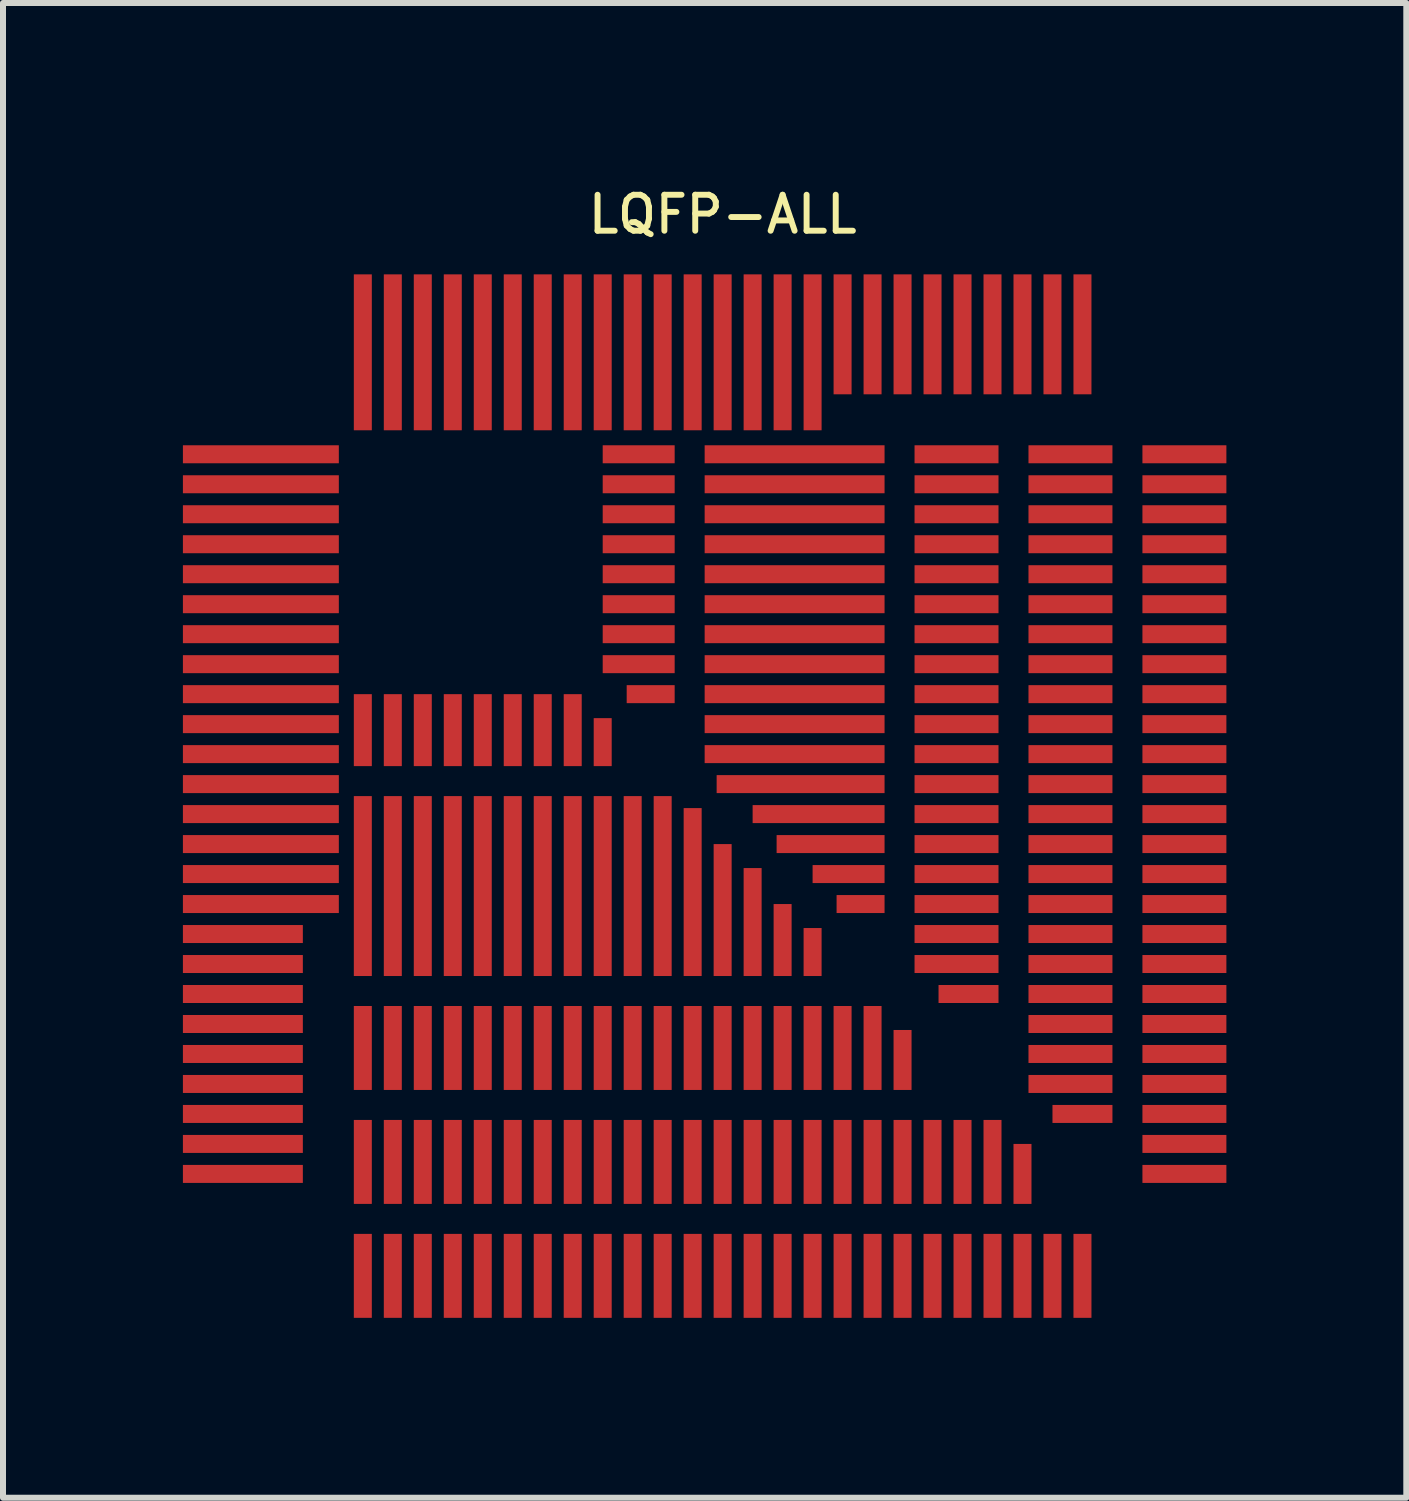
<source format=kicad_pcb>
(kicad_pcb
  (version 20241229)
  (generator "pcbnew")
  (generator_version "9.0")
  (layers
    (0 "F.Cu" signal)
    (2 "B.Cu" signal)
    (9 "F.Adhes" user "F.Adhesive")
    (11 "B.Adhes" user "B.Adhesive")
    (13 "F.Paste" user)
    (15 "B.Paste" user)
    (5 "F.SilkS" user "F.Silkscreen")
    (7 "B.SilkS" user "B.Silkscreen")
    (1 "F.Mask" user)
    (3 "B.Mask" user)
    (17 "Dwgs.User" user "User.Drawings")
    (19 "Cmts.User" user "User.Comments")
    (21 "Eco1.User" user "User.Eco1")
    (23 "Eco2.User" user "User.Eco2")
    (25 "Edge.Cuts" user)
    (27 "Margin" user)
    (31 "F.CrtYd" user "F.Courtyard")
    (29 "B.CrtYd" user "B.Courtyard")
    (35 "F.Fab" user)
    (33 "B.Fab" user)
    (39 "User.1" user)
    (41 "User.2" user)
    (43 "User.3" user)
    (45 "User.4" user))
  (footprint "LQFP-ALL"
    (layer "F.Cu")
    (at 9 10.525)
    (property "Reference" "LQFP-ALL" (at 0 -10 0) (layer "F.SilkS") (effects (font (size 0.6 0.6) (thickness 0.099))))
    (attr smd)
    (pad "1" smd rect (at -7.7 -6 90) (size 0.3 2.6) (layers "F.Cu" "F.Mask" "F.Paste"))
    (pad "2" smd rect (at -7.7 -5.5 90) (size 0.3 2.6) (layers "F.Cu" "F.Mask" "F.Paste"))
    (pad "3" smd rect (at -7.7 -5 90) (size 0.3 2.6) (layers "F.Cu" "F.Mask" "F.Paste"))
    (pad "4" smd rect (at -7.7 -4.5 90) (size 0.3 2.6) (layers "F.Cu" "F.Mask" "F.Paste"))
    (pad "5" smd rect (at -7.7 -4 90) (size 0.3 2.6) (layers "F.Cu" "F.Mask" "F.Paste"))
    (pad "6" smd rect (at -7.7 -3.5 90) (size 0.3 2.6) (layers "F.Cu" "F.Mask" "F.Paste"))
    (pad "7" smd rect (at -7.7 -3 90) (size 0.3 2.6) (layers "F.Cu" "F.Mask" "F.Paste"))
    (pad "8" smd rect (at -7.7 -2.5 90) (size 0.3 2.6) (layers "F.Cu" "F.Mask" "F.Paste"))
    (pad "9" smd rect (at -7.7 -2 90) (size 0.3 2.6) (layers "F.Cu" "F.Mask" "F.Paste"))
    (pad "10" smd rect (at -7.7 -1.5 90) (size 0.3 2.6) (layers "F.Cu" "F.Mask" "F.Paste"))
    (pad "11" smd rect (at -7.7 -1 90) (size 0.3 2.6) (layers "F.Cu" "F.Mask" "F.Paste"))
    (pad "12" smd rect (at -7.7 -0.5 90) (size 0.3 2.6) (layers "F.Cu" "F.Mask" "F.Paste"))
    (pad "13" smd rect (at -7.7 0 90) (size 0.3 2.6) (layers "F.Cu" "F.Mask" "F.Paste"))
    (pad "14" smd rect (at -7.7 0.5 90) (size 0.3 2.6) (layers "F.Cu" "F.Mask" "F.Paste"))
    (pad "15" smd rect (at -7.7 1 90) (size 0.3 2.6) (layers "F.Cu" "F.Mask" "F.Paste"))
    (pad "16" smd rect (at -7.7 1.5 90) (size 0.3 2.6) (layers "F.Cu" "F.Mask" "F.Paste"))
    (pad "17" smd rect (at -8 2 90) (size 0.3 2) (layers "F.Cu" "F.Mask" "F.Paste"))
    (pad "18" smd rect (at -8 2.5 90) (size 0.3 2) (layers "F.Cu" "F.Mask" "F.Paste"))
    (pad "19" smd rect (at -8 3 90) (size 0.3 2) (layers "F.Cu" "F.Mask" "F.Paste"))
    (pad "20" smd rect (at -8 3.5 90) (size 0.3 2) (layers "F.Cu" "F.Mask" "F.Paste"))
    (pad "21" smd rect (at -8 4 90) (size 0.3 2) (layers "F.Cu" "F.Mask" "F.Paste"))
    (pad "22" smd rect (at -8 4.5 90) (size 0.3 2) (layers "F.Cu" "F.Mask" "F.Paste"))
    (pad "23" smd rect (at -8 5 90) (size 0.3 2) (layers "F.Cu" "F.Mask" "F.Paste"))
    (pad "24" smd rect (at -8 5.5 90) (size 0.3 2) (layers "F.Cu" "F.Mask" "F.Paste"))
    (pad "25" smd rect (at -8 6 90) (size 0.3 2) (layers "F.Cu" "F.Mask" "F.Paste"))
    (pad "26" smd rect (at -6 -1.4) (size 0.3 1.2) (layers "F.Cu" "F.Mask" "F.Paste"))
    (pad "26" smd rect (at -6 1.2) (size 0.3 3) (layers "F.Cu" "F.Mask" "F.Paste"))
    (pad "26" smd rect (at -6 3.9) (size 0.3 1.4) (layers "F.Cu" "F.Mask" "F.Paste"))
    (pad "26" smd rect (at -6 5.8) (size 0.3 1.4) (layers "F.Cu" "F.Mask" "F.Paste"))
    (pad "26" smd rect (at -6 7.7) (size 0.3 1.4) (layers "F.Cu" "F.Mask" "F.Paste"))
    (pad "27" smd rect (at -5.5 -1.4) (size 0.3 1.2) (layers "F.Cu" "F.Mask" "F.Paste"))
    (pad "27" smd rect (at -5.5 1.2) (size 0.3 3) (layers "F.Cu" "F.Mask" "F.Paste"))
    (pad "27" smd rect (at -5.5 3.9) (size 0.3 1.4) (layers "F.Cu" "F.Mask" "F.Paste"))
    (pad "27" smd rect (at -5.5 5.8) (size 0.3 1.4) (layers "F.Cu" "F.Mask" "F.Paste"))
    (pad "27" smd rect (at -5.5 7.7) (size 0.3 1.4) (layers "F.Cu" "F.Mask" "F.Paste"))
    (pad "28" smd rect (at -5 -1.4) (size 0.3 1.2) (layers "F.Cu" "F.Mask" "F.Paste"))
    (pad "28" smd rect (at -5 1.2) (size 0.3 3) (layers "F.Cu" "F.Mask" "F.Paste"))
    (pad "28" smd rect (at -5 3.9) (size 0.3 1.4) (layers "F.Cu" "F.Mask" "F.Paste"))
    (pad "28" smd rect (at -5 5.8) (size 0.3 1.4) (layers "F.Cu" "F.Mask" "F.Paste"))
    (pad "28" smd rect (at -5 7.7) (size 0.3 1.4) (layers "F.Cu" "F.Mask" "F.Paste"))
    (pad "29" smd rect (at -4.5 -1.4) (size 0.3 1.2) (layers "F.Cu" "F.Mask" "F.Paste"))
    (pad "29" smd rect (at -4.5 1.2) (size 0.3 3) (layers "F.Cu" "F.Mask" "F.Paste"))
    (pad "29" smd rect (at -4.5 3.9) (size 0.3 1.4) (layers "F.Cu" "F.Mask" "F.Paste"))
    (pad "29" smd rect (at -4.5 5.8) (size 0.3 1.4) (layers "F.Cu" "F.Mask" "F.Paste"))
    (pad "29" smd rect (at -4.5 7.7) (size 0.3 1.4) (layers "F.Cu" "F.Mask" "F.Paste"))
    (pad "30" smd rect (at -4 -1.4) (size 0.3 1.2) (layers "F.Cu" "F.Mask" "F.Paste"))
    (pad "30" smd rect (at -4 1.2) (size 0.3 3) (layers "F.Cu" "F.Mask" "F.Paste"))
    (pad "30" smd rect (at -4 3.9) (size 0.3 1.4) (layers "F.Cu" "F.Mask" "F.Paste"))
    (pad "30" smd rect (at -4 5.8) (size 0.3 1.4) (layers "F.Cu" "F.Mask" "F.Paste"))
    (pad "30" smd rect (at -4 7.7) (size 0.3 1.4) (layers "F.Cu" "F.Mask" "F.Paste"))
    (pad "31" smd rect (at -3.5 -1.4) (size 0.3 1.2) (layers "F.Cu" "F.Mask" "F.Paste"))
    (pad "31" smd rect (at -3.5 1.2) (size 0.3 3) (layers "F.Cu" "F.Mask" "F.Paste"))
    (pad "31" smd rect (at -3.5 3.9) (size 0.3 1.4) (layers "F.Cu" "F.Mask" "F.Paste"))
    (pad "31" smd rect (at -3.5 5.8) (size 0.3 1.4) (layers "F.Cu" "F.Mask" "F.Paste"))
    (pad "31" smd rect (at -3.5 7.7) (size 0.3 1.4) (layers "F.Cu" "F.Mask" "F.Paste"))
    (pad "32" smd rect (at -3 -1.4) (size 0.3 1.2) (layers "F.Cu" "F.Mask" "F.Paste"))
    (pad "32" smd rect (at -3 1.2) (size 0.3 3) (layers "F.Cu" "F.Mask" "F.Paste"))
    (pad "32" smd rect (at -3 3.9) (size 0.3 1.4) (layers "F.Cu" "F.Mask" "F.Paste"))
    (pad "32" smd rect (at -3 5.8) (size 0.3 1.4) (layers "F.Cu" "F.Mask" "F.Paste"))
    (pad "32" smd rect (at -3 7.7) (size 0.3 1.4) (layers "F.Cu" "F.Mask" "F.Paste"))
    (pad "33" smd rect (at -2.5 -1.4) (size 0.3 1.2) (layers "F.Cu" "F.Mask" "F.Paste"))
    (pad "33" smd rect (at -2.5 1.2) (size 0.3 3) (layers "F.Cu" "F.Mask" "F.Paste"))
    (pad "33" smd rect (at -2.5 3.9) (size 0.3 1.4) (layers "F.Cu" "F.Mask" "F.Paste"))
    (pad "33" smd rect (at -2.5 5.8) (size 0.3 1.4) (layers "F.Cu" "F.Mask" "F.Paste"))
    (pad "33" smd rect (at -2.5 7.7) (size 0.3 1.4) (layers "F.Cu" "F.Mask" "F.Paste"))
    (pad "34" smd rect (at -2 -1.2) (size 0.3 0.8) (layers "F.Cu" "F.Mask" "F.Paste"))
    (pad "34" smd rect (at -2 1.2) (size 0.3 3) (layers "F.Cu" "F.Mask" "F.Paste"))
    (pad "34" smd rect (at -2 3.9) (size 0.3 1.4) (layers "F.Cu" "F.Mask" "F.Paste"))
    (pad "34" smd rect (at -2 5.8) (size 0.3 1.4) (layers "F.Cu" "F.Mask" "F.Paste"))
    (pad "34" smd rect (at -2 7.7) (size 0.3 1.4) (layers "F.Cu" "F.Mask" "F.Paste"))
    (pad "35" smd rect (at -1.5 1.2) (size 0.3 3) (layers "F.Cu" "F.Mask" "F.Paste"))
    (pad "35" smd rect (at -1.5 3.9) (size 0.3 1.4) (layers "F.Cu" "F.Mask" "F.Paste"))
    (pad "35" smd rect (at -1.5 5.8) (size 0.3 1.4) (layers "F.Cu" "F.Mask" "F.Paste"))
    (pad "35" smd rect (at -1.5 7.7) (size 0.3 1.4) (layers "F.Cu" "F.Mask" "F.Paste"))
    (pad "36" smd rect (at -1 1.2) (size 0.3 3) (layers "F.Cu" "F.Mask" "F.Paste"))
    (pad "36" smd rect (at -1 3.9) (size 0.3 1.4) (layers "F.Cu" "F.Mask" "F.Paste"))
    (pad "36" smd rect (at -1 5.8) (size 0.3 1.4) (layers "F.Cu" "F.Mask" "F.Paste"))
    (pad "36" smd rect (at -1 7.7) (size 0.3 1.4) (layers "F.Cu" "F.Mask" "F.Paste"))
    (pad "37" smd rect (at -0.5 1.3) (size 0.3 2.8) (layers "F.Cu" "F.Mask" "F.Paste"))
    (pad "37" smd rect (at -0.5 3.9) (size 0.3 1.4) (layers "F.Cu" "F.Mask" "F.Paste"))
    (pad "37" smd rect (at -0.5 5.8) (size 0.3 1.4) (layers "F.Cu" "F.Mask" "F.Paste"))
    (pad "37" smd rect (at -0.5 7.7) (size 0.3 1.4) (layers "F.Cu" "F.Mask" "F.Paste"))
    (pad "38" smd rect (at 0 1.6) (size 0.3 2.2) (layers "F.Cu" "F.Mask" "F.Paste"))
    (pad "38" smd rect (at 0 3.9) (size 0.3 1.4) (layers "F.Cu" "F.Mask" "F.Paste"))
    (pad "38" smd rect (at 0 5.8) (size 0.3 1.4) (layers "F.Cu" "F.Mask" "F.Paste"))
    (pad "38" smd rect (at 0 7.7) (size 0.3 1.4) (layers "F.Cu" "F.Mask" "F.Paste"))
    (pad "39" smd rect (at 0.5 1.8) (size 0.3 1.8) (layers "F.Cu" "F.Mask" "F.Paste"))
    (pad "39" smd rect (at 0.5 3.9) (size 0.3 1.4) (layers "F.Cu" "F.Mask" "F.Paste"))
    (pad "39" smd rect (at 0.5 5.8) (size 0.3 1.4) (layers "F.Cu" "F.Mask" "F.Paste"))
    (pad "39" smd rect (at 0.5 7.7) (size 0.3 1.4) (layers "F.Cu" "F.Mask" "F.Paste"))
    (pad "40" smd rect (at 1 2.1) (size 0.3 1.2) (layers "F.Cu" "F.Mask" "F.Paste"))
    (pad "40" smd rect (at 1 3.9) (size 0.3 1.4) (layers "F.Cu" "F.Mask" "F.Paste"))
    (pad "40" smd rect (at 1 5.8) (size 0.3 1.4) (layers "F.Cu" "F.Mask" "F.Paste"))
    (pad "40" smd rect (at 1 7.7) (size 0.3 1.4) (layers "F.Cu" "F.Mask" "F.Paste"))
    (pad "41" smd rect (at 1.5 2.3) (size 0.3 0.8) (layers "F.Cu" "F.Mask" "F.Paste"))
    (pad "41" smd rect (at 1.5 3.9) (size 0.3 1.4) (layers "F.Cu" "F.Mask" "F.Paste"))
    (pad "41" smd rect (at 1.5 5.8) (size 0.3 1.4) (layers "F.Cu" "F.Mask" "F.Paste"))
    (pad "41" smd rect (at 1.5 7.7) (size 0.3 1.4) (layers "F.Cu" "F.Mask" "F.Paste"))
    (pad "42" smd rect (at 2 3.9) (size 0.3 1.4) (layers "F.Cu" "F.Mask" "F.Paste"))
    (pad "42" smd rect (at 2 5.8) (size 0.3 1.4) (layers "F.Cu" "F.Mask" "F.Paste"))
    (pad "42" smd rect (at 2 7.7) (size 0.3 1.4) (layers "F.Cu" "F.Mask" "F.Paste"))
    (pad "43" smd rect (at 2.5 3.9) (size 0.3 1.4) (layers "F.Cu" "F.Mask" "F.Paste"))
    (pad "43" smd rect (at 2.5 5.8) (size 0.3 1.4) (layers "F.Cu" "F.Mask" "F.Paste"))
    (pad "43" smd rect (at 2.5 7.7) (size 0.3 1.4) (layers "F.Cu" "F.Mask" "F.Paste"))
    (pad "44" smd rect (at 3 4.1) (size 0.3 1) (layers "F.Cu" "F.Mask" "F.Paste"))
    (pad "44" smd rect (at 3 5.8) (size 0.3 1.4) (layers "F.Cu" "F.Mask" "F.Paste"))
    (pad "44" smd rect (at 3 7.7) (size 0.3 1.4) (layers "F.Cu" "F.Mask" "F.Paste"))
    (pad "45" smd rect (at 3.5 5.8) (size 0.3 1.4) (layers "F.Cu" "F.Mask" "F.Paste"))
    (pad "45" smd rect (at 3.5 7.7) (size 0.3 1.4) (layers "F.Cu" "F.Mask" "F.Paste"))
    (pad "46" smd rect (at 4 5.8) (size 0.3 1.4) (layers "F.Cu" "F.Mask" "F.Paste"))
    (pad "46" smd rect (at 4 7.7) (size 0.3 1.4) (layers "F.Cu" "F.Mask" "F.Paste"))
    (pad "47" smd rect (at 4.5 5.8) (size 0.3 1.4) (layers "F.Cu" "F.Mask" "F.Paste"))
    (pad "47" smd rect (at 4.5 7.7) (size 0.3 1.4) (layers "F.Cu" "F.Mask" "F.Paste"))
    (pad "48" smd rect (at 5 6) (size 0.3 1) (layers "F.Cu" "F.Mask" "F.Paste"))
    (pad "48" smd rect (at 5 7.7) (size 0.3 1.4) (layers "F.Cu" "F.Mask" "F.Paste"))
    (pad "49" smd rect (at 5.5 7.7) (size 0.3 1.4) (layers "F.Cu" "F.Mask" "F.Paste"))
    (pad "50" smd rect (at 6 7.7) (size 0.3 1.4) (layers "F.Cu" "F.Mask" "F.Paste"))
    (pad "51" smd rect (at 7.7 6 90) (size 0.3 1.4) (layers "F.Cu" "F.Mask" "F.Paste"))
    (pad "52" smd rect (at 7.7 5.5 90) (size 0.3 1.4) (layers "F.Cu" "F.Mask" "F.Paste"))
    (pad "53" smd rect (at 6 5 90) (size 0.3 1) (layers "F.Cu" "F.Mask" "F.Paste"))
    (pad "53" smd rect (at 7.7 5 90) (size 0.3 1.4) (layers "F.Cu" "F.Mask" "F.Paste"))
    (pad "54" smd rect (at 5.8 4.5 90) (size 0.3 1.4) (layers "F.Cu" "F.Mask" "F.Paste"))
    (pad "54" smd rect (at 7.7 4.5 90) (size 0.3 1.4) (layers "F.Cu" "F.Mask" "F.Paste"))
    (pad "55" smd rect (at 5.8 4 90) (size 0.3 1.4) (layers "F.Cu" "F.Mask" "F.Paste"))
    (pad "55" smd rect (at 7.7 4 90) (size 0.3 1.4) (layers "F.Cu" "F.Mask" "F.Paste"))
    (pad "56" smd rect (at 5.8 3.5 90) (size 0.3 1.4) (layers "F.Cu" "F.Mask" "F.Paste"))
    (pad "56" smd rect (at 7.7 3.5 90) (size 0.3 1.4) (layers "F.Cu" "F.Mask" "F.Paste"))
    (pad "57" smd rect (at 4.1 3 90) (size 0.3 1) (layers "F.Cu" "F.Mask" "F.Paste"))
    (pad "57" smd rect (at 5.8 3 90) (size 0.3 1.4) (layers "F.Cu" "F.Mask" "F.Paste"))
    (pad "57" smd rect (at 7.7 3 90) (size 0.3 1.4) (layers "F.Cu" "F.Mask" "F.Paste"))
    (pad "58" smd rect (at 3.9 2.5 90) (size 0.3 1.4) (layers "F.Cu" "F.Mask" "F.Paste"))
    (pad "58" smd rect (at 5.8 2.5 90) (size 0.3 1.4) (layers "F.Cu" "F.Mask" "F.Paste"))
    (pad "58" smd rect (at 7.7 2.5 90) (size 0.3 1.4) (layers "F.Cu" "F.Mask" "F.Paste"))
    (pad "59" smd rect (at 3.9 2 90) (size 0.3 1.4) (layers "F.Cu" "F.Mask" "F.Paste"))
    (pad "59" smd rect (at 5.8 2 90) (size 0.3 1.4) (layers "F.Cu" "F.Mask" "F.Paste"))
    (pad "59" smd rect (at 7.7 2 90) (size 0.3 1.4) (layers "F.Cu" "F.Mask" "F.Paste"))
    (pad "60" smd rect (at 2.3 1.5 90) (size 0.3 0.8) (layers "F.Cu" "F.Mask" "F.Paste"))
    (pad "60" smd rect (at 3.9 1.5 90) (size 0.3 1.4) (layers "F.Cu" "F.Mask" "F.Paste"))
    (pad "60" smd rect (at 5.8 1.5 90) (size 0.3 1.4) (layers "F.Cu" "F.Mask" "F.Paste"))
    (pad "60" smd rect (at 7.7 1.5 90) (size 0.3 1.4) (layers "F.Cu" "F.Mask" "F.Paste"))
    (pad "61" smd rect (at 2.1 1 90) (size 0.3 1.2) (layers "F.Cu" "F.Mask" "F.Paste"))
    (pad "61" smd rect (at 3.9 1 90) (size 0.3 1.4) (layers "F.Cu" "F.Mask" "F.Paste"))
    (pad "61" smd rect (at 5.8 1 90) (size 0.3 1.4) (layers "F.Cu" "F.Mask" "F.Paste"))
    (pad "61" smd rect (at 7.7 1 90) (size 0.3 1.4) (layers "F.Cu" "F.Mask" "F.Paste"))
    (pad "62" smd rect (at 1.8 0.5 90) (size 0.3 1.8) (layers "F.Cu" "F.Mask" "F.Paste"))
    (pad "62" smd rect (at 3.9 0.5 90) (size 0.3 1.4) (layers "F.Cu" "F.Mask" "F.Paste"))
    (pad "62" smd rect (at 5.8 0.5 90) (size 0.3 1.4) (layers "F.Cu" "F.Mask" "F.Paste"))
    (pad "62" smd rect (at 7.7 0.5 90) (size 0.3 1.4) (layers "F.Cu" "F.Mask" "F.Paste"))
    (pad "63" smd rect (at 1.6 0 90) (size 0.3 2.2) (layers "F.Cu" "F.Mask" "F.Paste"))
    (pad "63" smd rect (at 3.9 0 90) (size 0.3 1.4) (layers "F.Cu" "F.Mask" "F.Paste"))
    (pad "63" smd rect (at 5.8 0 90) (size 0.3 1.4) (layers "F.Cu" "F.Mask" "F.Paste"))
    (pad "63" smd rect (at 7.7 0 90) (size 0.3 1.4) (layers "F.Cu" "F.Mask" "F.Paste"))
    (pad "64" smd rect (at 1.3 -0.5 90) (size 0.3 2.8) (layers "F.Cu" "F.Mask" "F.Paste"))
    (pad "64" smd rect (at 3.9 -0.5 90) (size 0.3 1.4) (layers "F.Cu" "F.Mask" "F.Paste"))
    (pad "64" smd rect (at 5.8 -0.5 90) (size 0.3 1.4) (layers "F.Cu" "F.Mask" "F.Paste"))
    (pad "64" smd rect (at 7.7 -0.5 90) (size 0.3 1.4) (layers "F.Cu" "F.Mask" "F.Paste"))
    (pad "65" smd rect (at 1.2 -1 90) (size 0.3 3) (layers "F.Cu" "F.Mask" "F.Paste"))
    (pad "65" smd rect (at 3.9 -1 90) (size 0.3 1.4) (layers "F.Cu" "F.Mask" "F.Paste"))
    (pad "65" smd rect (at 5.8 -1 90) (size 0.3 1.4) (layers "F.Cu" "F.Mask" "F.Paste"))
    (pad "65" smd rect (at 7.7 -1 90) (size 0.3 1.4) (layers "F.Cu" "F.Mask" "F.Paste"))
    (pad "66" smd rect (at 1.2 -1.5 90) (size 0.3 3) (layers "F.Cu" "F.Mask" "F.Paste"))
    (pad "66" smd rect (at 3.9 -1.5 90) (size 0.3 1.4) (layers "F.Cu" "F.Mask" "F.Paste"))
    (pad "66" smd rect (at 5.8 -1.5 90) (size 0.3 1.4) (layers "F.Cu" "F.Mask" "F.Paste"))
    (pad "66" smd rect (at 7.7 -1.5 90) (size 0.3 1.4) (layers "F.Cu" "F.Mask" "F.Paste"))
    (pad "67" smd rect (at -1.2 -2 90) (size 0.3 0.8) (layers "F.Cu" "F.Mask" "F.Paste"))
    (pad "67" smd rect (at 1.2 -2 90) (size 0.3 3) (layers "F.Cu" "F.Mask" "F.Paste"))
    (pad "67" smd rect (at 3.9 -2 90) (size 0.3 1.4) (layers "F.Cu" "F.Mask" "F.Paste"))
    (pad "67" smd rect (at 5.8 -2 90) (size 0.3 1.4) (layers "F.Cu" "F.Mask" "F.Paste"))
    (pad "67" smd rect (at 7.7 -2 90) (size 0.3 1.4) (layers "F.Cu" "F.Mask" "F.Paste"))
    (pad "68" smd rect (at -1.4 -2.5 90) (size 0.3 1.2) (layers "F.Cu" "F.Mask" "F.Paste"))
    (pad "68" smd rect (at 1.2 -2.5 90) (size 0.3 3) (layers "F.Cu" "F.Mask" "F.Paste"))
    (pad "68" smd rect (at 3.9 -2.5 90) (size 0.3 1.4) (layers "F.Cu" "F.Mask" "F.Paste"))
    (pad "68" smd rect (at 5.8 -2.5 90) (size 0.3 1.4) (layers "F.Cu" "F.Mask" "F.Paste"))
    (pad "68" smd rect (at 7.7 -2.5 90) (size 0.3 1.4) (layers "F.Cu" "F.Mask" "F.Paste"))
    (pad "69" smd rect (at -1.4 -3 90) (size 0.3 1.2) (layers "F.Cu" "F.Mask" "F.Paste"))
    (pad "69" smd rect (at 1.2 -3 90) (size 0.3 3) (layers "F.Cu" "F.Mask" "F.Paste"))
    (pad "69" smd rect (at 3.9 -3 90) (size 0.3 1.4) (layers "F.Cu" "F.Mask" "F.Paste"))
    (pad "69" smd rect (at 5.8 -3 90) (size 0.3 1.4) (layers "F.Cu" "F.Mask" "F.Paste"))
    (pad "69" smd rect (at 7.7 -3 90) (size 0.3 1.4) (layers "F.Cu" "F.Mask" "F.Paste"))
    (pad "70" smd rect (at -1.4 -3.5 90) (size 0.3 1.2) (layers "F.Cu" "F.Mask" "F.Paste"))
    (pad "70" smd rect (at 1.2 -3.5 90) (size 0.3 3) (layers "F.Cu" "F.Mask" "F.Paste"))
    (pad "70" smd rect (at 3.9 -3.5 90) (size 0.3 1.4) (layers "F.Cu" "F.Mask" "F.Paste"))
    (pad "70" smd rect (at 5.8 -3.5 90) (size 0.3 1.4) (layers "F.Cu" "F.Mask" "F.Paste"))
    (pad "70" smd rect (at 7.7 -3.5 90) (size 0.3 1.4) (layers "F.Cu" "F.Mask" "F.Paste"))
    (pad "71" smd rect (at -1.4 -4 90) (size 0.3 1.2) (layers "F.Cu" "F.Mask" "F.Paste"))
    (pad "71" smd rect (at 1.2 -4 90) (size 0.3 3) (layers "F.Cu" "F.Mask" "F.Paste"))
    (pad "71" smd rect (at 3.9 -4 90) (size 0.3 1.4) (layers "F.Cu" "F.Mask" "F.Paste"))
    (pad "71" smd rect (at 5.8 -4 90) (size 0.3 1.4) (layers "F.Cu" "F.Mask" "F.Paste"))
    (pad "71" smd rect (at 7.7 -4 90) (size 0.3 1.4) (layers "F.Cu" "F.Mask" "F.Paste"))
    (pad "72" smd rect (at -1.4 -4.5 90) (size 0.3 1.2) (layers "F.Cu" "F.Mask" "F.Paste"))
    (pad "72" smd rect (at 1.2 -4.5 90) (size 0.3 3) (layers "F.Cu" "F.Mask" "F.Paste"))
    (pad "72" smd rect (at 3.9 -4.5 90) (size 0.3 1.4) (layers "F.Cu" "F.Mask" "F.Paste"))
    (pad "72" smd rect (at 5.8 -4.5 90) (size 0.3 1.4) (layers "F.Cu" "F.Mask" "F.Paste"))
    (pad "72" smd rect (at 7.7 -4.5 90) (size 0.3 1.4) (layers "F.Cu" "F.Mask" "F.Paste"))
    (pad "73" smd rect (at -1.4 -5 90) (size 0.3 1.2) (layers "F.Cu" "F.Mask" "F.Paste"))
    (pad "73" smd rect (at 1.2 -5 90) (size 0.3 3) (layers "F.Cu" "F.Mask" "F.Paste"))
    (pad "73" smd rect (at 3.9 -5 90) (size 0.3 1.4) (layers "F.Cu" "F.Mask" "F.Paste"))
    (pad "73" smd rect (at 5.8 -5 90) (size 0.3 1.4) (layers "F.Cu" "F.Mask" "F.Paste"))
    (pad "73" smd rect (at 7.7 -5 90) (size 0.3 1.4) (layers "F.Cu" "F.Mask" "F.Paste"))
    (pad "74" smd rect (at -1.4 -5.5 90) (size 0.3 1.2) (layers "F.Cu" "F.Mask" "F.Paste"))
    (pad "74" smd rect (at 1.2 -5.5 90) (size 0.3 3) (layers "F.Cu" "F.Mask" "F.Paste"))
    (pad "74" smd rect (at 3.9 -5.5 90) (size 0.3 1.4) (layers "F.Cu" "F.Mask" "F.Paste"))
    (pad "74" smd rect (at 5.8 -5.5 90) (size 0.3 1.4) (layers "F.Cu" "F.Mask" "F.Paste"))
    (pad "74" smd rect (at 7.7 -5.5 90) (size 0.3 1.4) (layers "F.Cu" "F.Mask" "F.Paste"))
    (pad "75" smd rect (at -1.4 -6 90) (size 0.3 1.2) (layers "F.Cu" "F.Mask" "F.Paste"))
    (pad "75" smd rect (at 1.2 -6 90) (size 0.3 3) (layers "F.Cu" "F.Mask" "F.Paste"))
    (pad "75" smd rect (at 3.9 -6 90) (size 0.3 1.4) (layers "F.Cu" "F.Mask" "F.Paste"))
    (pad "75" smd rect (at 5.8 -6 90) (size 0.3 1.4) (layers "F.Cu" "F.Mask" "F.Paste"))
    (pad "75" smd rect (at 7.7 -6 90) (size 0.3 1.4) (layers "F.Cu" "F.Mask" "F.Paste"))
    (pad "76" smd rect (at 6 -8) (size 0.3 2) (layers "F.Cu" "F.Mask" "F.Paste"))
    (pad "77" smd rect (at 5.5 -8) (size 0.3 2) (layers "F.Cu" "F.Mask" "F.Paste"))
    (pad "78" smd rect (at 5 -8) (size 0.3 2) (layers "F.Cu" "F.Mask" "F.Paste"))
    (pad "79" smd rect (at 4.5 -8) (size 0.3 2) (layers "F.Cu" "F.Mask" "F.Paste"))
    (pad "80" smd rect (at 4 -8) (size 0.3 2) (layers "F.Cu" "F.Mask" "F.Paste"))
    (pad "81" smd rect (at 3.5 -8) (size 0.3 2) (layers "F.Cu" "F.Mask" "F.Paste"))
    (pad "82" smd rect (at 3 -8) (size 0.3 2) (layers "F.Cu" "F.Mask" "F.Paste"))
    (pad "83" smd rect (at 2.5 -8) (size 0.3 2) (layers "F.Cu" "F.Mask" "F.Paste"))
    (pad "84" smd rect (at 2 -8) (size 0.3 2) (layers "F.Cu" "F.Mask" "F.Paste"))
    (pad "85" smd rect (at 1.5 -7.7) (size 0.3 2.6) (layers "F.Cu" "F.Mask" "F.Paste"))
    (pad "86" smd rect (at 1 -7.7) (size 0.3 2.6) (layers "F.Cu" "F.Mask" "F.Paste"))
    (pad "87" smd rect (at 0.5 -7.7) (size 0.3 2.6) (layers "F.Cu" "F.Mask" "F.Paste"))
    (pad "88" smd rect (at 0 -7.7) (size 0.3 2.6) (layers "F.Cu" "F.Mask" "F.Paste"))
    (pad "89" smd rect (at -0.5 -7.7) (size 0.3 2.6) (layers "F.Cu" "F.Mask" "F.Paste"))
    (pad "90" smd rect (at -1 -7.7) (size 0.3 2.6) (layers "F.Cu" "F.Mask" "F.Paste"))
    (pad "91" smd rect (at -1.5 -7.7) (size 0.3 2.6) (layers "F.Cu" "F.Mask" "F.Paste"))
    (pad "92" smd rect (at -2 -7.7) (size 0.3 2.6) (layers "F.Cu" "F.Mask" "F.Paste"))
    (pad "93" smd rect (at -2.5 -7.7) (size 0.3 2.6) (layers "F.Cu" "F.Mask" "F.Paste"))
    (pad "94" smd rect (at -3 -7.7) (size 0.3 2.6) (layers "F.Cu" "F.Mask" "F.Paste"))
    (pad "95" smd rect (at -3.5 -7.7) (size 0.3 2.6) (layers "F.Cu" "F.Mask" "F.Paste"))
    (pad "96" smd rect (at -4 -7.7) (size 0.3 2.6) (layers "F.Cu" "F.Mask" "F.Paste"))
    (pad "97" smd rect (at -4.5 -7.7) (size 0.3 2.6) (layers "F.Cu" "F.Mask" "F.Paste"))
    (pad "98" smd rect (at -5 -7.7) (size 0.3 2.6) (layers "F.Cu" "F.Mask" "F.Paste"))
    (pad "99" smd rect (at -5.5 -7.7) (size 0.3 2.6) (layers "F.Cu" "F.Mask" "F.Paste"))
    (pad "100" smd rect (at -6 -7.7) (size 0.3 2.6) (layers "F.Cu" "F.Mask" "F.Paste")))
  (gr_rect
    (start -3 -3)
    (end 20.4 21.925)
    (stroke (width 0.1) (type default))
    (fill no)
    (layer "Edge.Cuts")))
</source>
